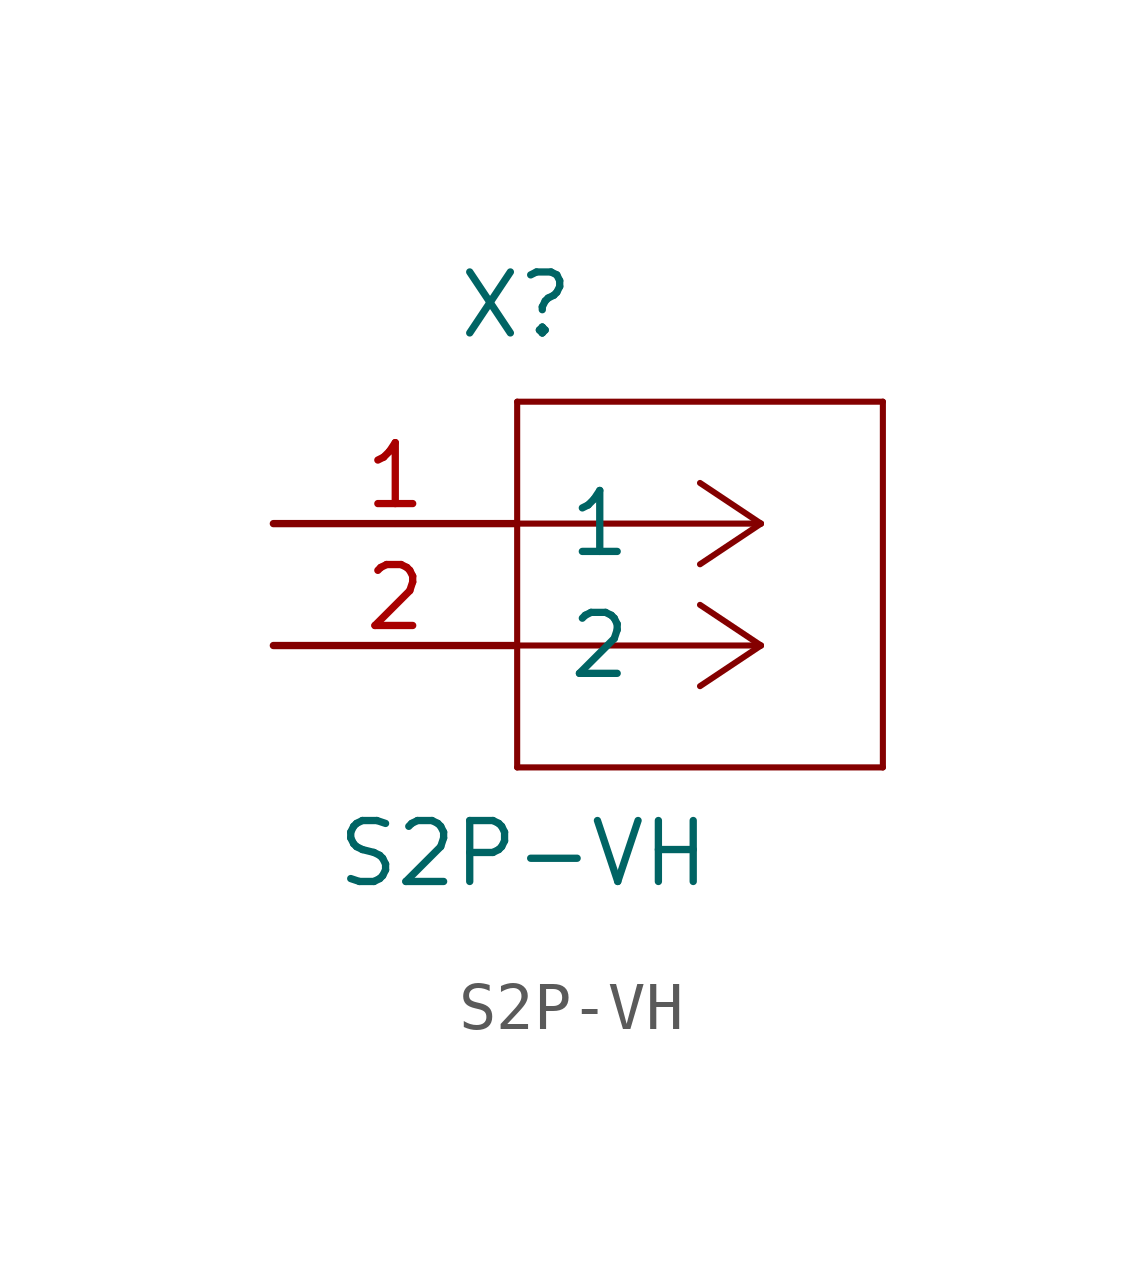
<source format=kicad_sym>
(kicad_symbol_lib
  (version 20220914)
  (generator kicad_symbol_editor)
  (symbol "S2P-VH"
    (pin_names
      (offset 1.016))
    (property "Reference" "X"
      (at 3.81 1.27 0)
      (effects (font (size 1.27 1.27)) (justify left bottom)))
    (property "Value" "S2P-VH"
      (at 1.27 -10.16 0)
      (effects (font (size 1.27 1.27)) (justify left bottom)))
    (symbol "S2P-VH_1_1"
      (polyline (pts (xy 5.08 -7.62) (xy 12.7 -7.62)) (stroke (width 0.127) (type default)) (fill (type none)))
      (polyline (pts (xy 5.08 0) (xy 5.08 -7.62)) (stroke (width 0.127) (type default)) (fill (type none)))
      (polyline (pts (xy 10.16 -5.08) (xy 5.08 -5.08)) (stroke (width 0.127) (type default)) (fill (type none)))
      (polyline (pts (xy 10.16 -5.08) (xy 8.89 -5.927)) (stroke (width 0.127) (type default)) (fill (type none)))
      (polyline (pts (xy 10.16 -5.08) (xy 8.89 -4.233)) (stroke (width 0.127) (type default)) (fill (type none)))
      (polyline (pts (xy 10.16 -2.54) (xy 5.08 -2.54)) (stroke (width 0.127) (type default)) (fill (type none)))
      (polyline (pts (xy 10.16 -2.54) (xy 8.89 -3.387)) (stroke (width 0.127) (type default)) (fill (type none)))
      (polyline (pts (xy 10.16 -2.54) (xy 8.89 -1.693)) (stroke (width 0.127) (type default)) (fill (type none)))
      (polyline (pts (xy 12.7 -7.62) (xy 12.7 0)) (stroke (width 0.127) (type default)) (fill (type none)))
      (polyline (pts (xy 12.7 0) (xy 5.08 0)) (stroke (width 0.127) (type default)) (fill (type none)))
      (pin unspecified line (at 0 -2.54 0) (length 5.08) (name "1" (effects (font (size 1.27 1.27)))) (number "1" (effects (font (size 1.27 1.27)))))
      (pin unspecified line (at 0 -5.08 0) (length 5.08) (name "2" (effects (font (size 1.27 1.27)))) (number "2" (effects (font (size 1.27 1.27))))))))
</source>
